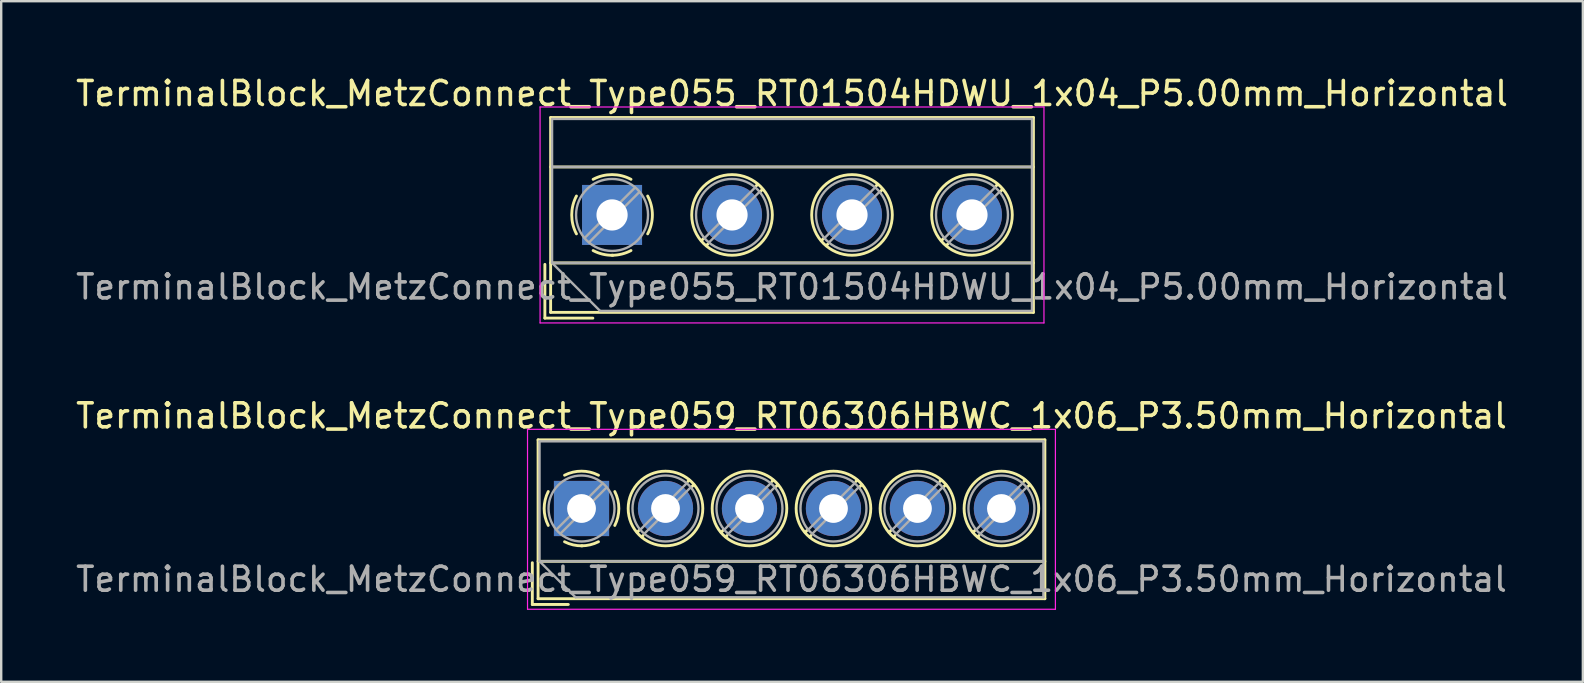
<source format=kicad_pcb>
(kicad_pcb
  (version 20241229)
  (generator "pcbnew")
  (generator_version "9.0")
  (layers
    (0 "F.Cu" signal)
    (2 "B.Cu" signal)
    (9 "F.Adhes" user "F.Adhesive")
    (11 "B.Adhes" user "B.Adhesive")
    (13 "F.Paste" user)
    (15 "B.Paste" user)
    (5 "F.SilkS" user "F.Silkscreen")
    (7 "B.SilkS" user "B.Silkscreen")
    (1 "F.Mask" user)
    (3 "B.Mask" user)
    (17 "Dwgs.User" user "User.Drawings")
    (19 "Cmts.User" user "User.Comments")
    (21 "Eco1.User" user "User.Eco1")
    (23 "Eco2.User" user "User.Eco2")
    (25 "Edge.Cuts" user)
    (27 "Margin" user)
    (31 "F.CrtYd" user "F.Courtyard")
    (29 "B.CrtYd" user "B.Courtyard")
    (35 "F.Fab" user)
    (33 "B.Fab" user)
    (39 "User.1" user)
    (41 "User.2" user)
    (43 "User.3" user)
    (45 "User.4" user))
  (footprint "TerminalBlock_MetzConnect_Type059_RT06306HBWC_1x06_P3.50mm_Horizontal"
    (layer "F.Cu")
    (at 21.185 18.142)
    (property "Reference" "TerminalBlock_MetzConnect_Type059_RT06306HBWC_1x06_P3.50mm_Horizontal" (at 8.75 -3.86 0) (layer "F.SilkS") (effects (font (size 1 1) (thickness 0.15))))
    (attr through_hole)
    (fp_line (start -2.05 2.26) (end -2.05 4) (stroke (width 0.12) (type solid)) (layer "F.SilkS"))
    (fp_line (start -2.05 4) (end -0.55 4) (stroke (width 0.12) (type solid)) (layer "F.SilkS"))
    (fp_line (start -1.81 -2.86) (end -1.81 3.76) (stroke (width 0.12) (type solid)) (layer "F.SilkS"))
    (fp_line (start -1.81 -2.86) (end 19.311 -2.86) (stroke (width 0.12) (type solid)) (layer "F.SilkS"))
    (fp_line (start -1.81 2.2) (end 19.311 2.2) (stroke (width 0.12) (type solid)) (layer "F.SilkS"))
    (fp_line (start -1.81 3.76) (end 19.311 3.76) (stroke (width 0.12) (type solid)) (layer "F.SilkS"))
    (fp_line (start 2.397 0.914) (end 2.321 0.99) (stroke (width 0.12) (type solid)) (layer "F.SilkS"))
    (fp_line (start 2.565 1.125) (end 2.511 1.18) (stroke (width 0.12) (type solid)) (layer "F.SilkS"))
    (fp_line (start 4.49 -1.18) (end 4.436 -1.126) (stroke (width 0.12) (type solid)) (layer "F.SilkS"))
    (fp_line (start 4.68 -0.99) (end 4.604 -0.914) (stroke (width 0.12) (type solid)) (layer "F.SilkS"))
    (fp_line (start 5.897 0.914) (end 5.821 0.99) (stroke (width 0.12) (type solid)) (layer "F.SilkS"))
    (fp_line (start 6.065 1.125) (end 6.011 1.18) (stroke (width 0.12) (type solid)) (layer "F.SilkS"))
    (fp_line (start 7.99 -1.18) (end 7.936 -1.126) (stroke (width 0.12) (type solid)) (layer "F.SilkS"))
    (fp_line (start 8.18 -0.99) (end 8.104 -0.914) (stroke (width 0.12) (type solid)) (layer "F.SilkS"))
    (fp_line (start 9.397 0.914) (end 9.321 0.99) (stroke (width 0.12) (type solid)) (layer "F.SilkS"))
    (fp_line (start 9.565 1.125) (end 9.511 1.18) (stroke (width 0.12) (type solid)) (layer "F.SilkS"))
    (fp_line (start 11.49 -1.18) (end 11.436 -1.126) (stroke (width 0.12) (type solid)) (layer "F.SilkS"))
    (fp_line (start 11.68 -0.99) (end 11.604 -0.914) (stroke (width 0.12) (type solid)) (layer "F.SilkS"))
    (fp_line (start 12.897 0.914) (end 12.821 0.99) (stroke (width 0.12) (type solid)) (layer "F.SilkS"))
    (fp_line (start 13.065 1.125) (end 13.011 1.18) (stroke (width 0.12) (type solid)) (layer "F.SilkS"))
    (fp_line (start 14.99 -1.18) (end 14.936 -1.126) (stroke (width 0.12) (type solid)) (layer "F.SilkS"))
    (fp_line (start 15.18 -0.99) (end 15.104 -0.914) (stroke (width 0.12) (type solid)) (layer "F.SilkS"))
    (fp_line (start 16.397 0.914) (end 16.321 0.99) (stroke (width 0.12) (type solid)) (layer "F.SilkS"))
    (fp_line (start 16.565 1.125) (end 16.511 1.18) (stroke (width 0.12) (type solid)) (layer "F.SilkS"))
    (fp_line (start 18.49 -1.18) (end 18.436 -1.126) (stroke (width 0.12) (type solid)) (layer "F.SilkS"))
    (fp_line (start 18.68 -0.99) (end 18.604 -0.914) (stroke (width 0.12) (type solid)) (layer "F.SilkS"))
    (fp_line (start 19.311 -2.86) (end 19.311 3.76) (stroke (width 0.12) (type solid)) (layer "F.SilkS"))
    (fp_arc (start -1.386645 0.705733) (mid -1.555906 -0.000711) (end -1.386 -0.707) (stroke (width 0.12) (type solid)) (layer "F.SilkS"))
    (fp_arc (start -0.705733 -1.386645) (mid 0.000711 -1.555906) (end 0.707 -1.386) (stroke (width 0.12) (type solid)) (layer "F.SilkS"))
    (fp_arc (start 0.026444 1.555682) (mid -0.350695 1.515869) (end -0.707 1.386) (stroke (width 0.12) (type solid)) (layer "F.SilkS"))
    (fp_arc (start 0.705955 1.385515) (mid 0.363007 1.512035) (end 0 1.555) (stroke (width 0.12) (type solid)) (layer "F.SilkS"))
    (fp_arc (start 1.386645 -0.705733) (mid 1.555906 0.000711) (end 1.386 0.707) (stroke (width 0.12) (type solid)) (layer "F.SilkS"))
    (fp_circle (center 3.5 0) (end 5.055 0) (stroke (width 0.12) (type solid)) (fill no) (layer "F.SilkS"))
    (fp_circle (center 7 0) (end 8.555 0) (stroke (width 0.12) (type solid)) (fill no) (layer "F.SilkS"))
    (fp_circle (center 10.5 0) (end 12.055 0) (stroke (width 0.12) (type solid)) (fill no) (layer "F.SilkS"))
    (fp_circle (center 14 0) (end 15.555 0) (stroke (width 0.12) (type solid)) (fill no) (layer "F.SilkS"))
    (fp_circle (center 17.5 0) (end 19.055 0) (stroke (width 0.12) (type solid)) (fill no) (layer "F.SilkS"))
    (fp_line (start -2.25 -3.3) (end -2.25 4.2) (stroke (width 0.05) (type solid)) (layer "F.CrtYd"))
    (fp_line (start -2.25 4.2) (end 19.75 4.2) (stroke (width 0.05) (type solid)) (layer "F.CrtYd"))
    (fp_line (start 19.75 -3.3) (end -2.25 -3.3) (stroke (width 0.05) (type solid)) (layer "F.CrtYd"))
    (fp_line (start 19.75 4.2) (end 19.75 -3.3) (stroke (width 0.05) (type solid)) (layer "F.CrtYd"))
    (fp_line (start -1.75 -2.8) (end 19.25 -2.8) (stroke (width 0.1) (type solid)) (layer "F.Fab"))
    (fp_line (start -1.75 2.2) (end -1.75 -2.8) (stroke (width 0.1) (type solid)) (layer "F.Fab"))
    (fp_line (start -1.75 2.2) (end 19.25 2.2) (stroke (width 0.1) (type solid)) (layer "F.Fab"))
    (fp_line (start -0.25 3.7) (end -1.75 2.2) (stroke (width 0.1) (type solid)) (layer "F.Fab"))
    (fp_line (start 0.876 -1.043) (end -1.043 0.875) (stroke (width 0.1) (type solid)) (layer "F.Fab"))
    (fp_line (start 1.043 -0.875) (end -0.876 1.043) (stroke (width 0.1) (type solid)) (layer "F.Fab"))
    (fp_line (start 4.376 -1.043) (end 2.458 0.875) (stroke (width 0.1) (type solid)) (layer "F.Fab"))
    (fp_line (start 4.543 -0.875) (end 2.625 1.043) (stroke (width 0.1) (type solid)) (layer "F.Fab"))
    (fp_line (start 7.876 -1.043) (end 5.958 0.875) (stroke (width 0.1) (type solid)) (layer "F.Fab"))
    (fp_line (start 8.043 -0.875) (end 6.125 1.043) (stroke (width 0.1) (type solid)) (layer "F.Fab"))
    (fp_line (start 11.376 -1.043) (end 9.458 0.875) (stroke (width 0.1) (type solid)) (layer "F.Fab"))
    (fp_line (start 11.543 -0.875) (end 9.625 1.043) (stroke (width 0.1) (type solid)) (layer "F.Fab"))
    (fp_line (start 14.876 -1.043) (end 12.958 0.875) (stroke (width 0.1) (type solid)) (layer "F.Fab"))
    (fp_line (start 15.043 -0.875) (end 13.125 1.043) (stroke (width 0.1) (type solid)) (layer "F.Fab"))
    (fp_line (start 18.376 -1.043) (end 16.458 0.875) (stroke (width 0.1) (type solid)) (layer "F.Fab"))
    (fp_line (start 18.543 -0.875) (end 16.625 1.043) (stroke (width 0.1) (type solid)) (layer "F.Fab"))
    (fp_line (start 19.25 -2.8) (end 19.25 3.7) (stroke (width 0.1) (type solid)) (layer "F.Fab"))
    (fp_line (start 19.25 3.7) (end -0.25 3.7) (stroke (width 0.1) (type solid)) (layer "F.Fab"))
    (fp_circle (center 0 0) (end 1.375 0) (stroke (width 0.1) (type solid)) (fill no) (layer "F.Fab"))
    (fp_circle (center 3.5 0) (end 4.875 0) (stroke (width 0.1) (type solid)) (fill no) (layer "F.Fab"))
    (fp_circle (center 7 0) (end 8.375 0) (stroke (width 0.1) (type solid)) (fill no) (layer "F.Fab"))
    (fp_circle (center 10.5 0) (end 11.875 0) (stroke (width 0.1) (type solid)) (fill no) (layer "F.Fab"))
    (fp_circle (center 14 0) (end 15.375 0) (stroke (width 0.1) (type solid)) (fill no) (layer "F.Fab"))
    (fp_circle (center 17.5 0) (end 18.875 0) (stroke (width 0.1) (type solid)) (fill no) (layer "F.Fab"))
    (fp_text user "${REFERENCE}" (at 8.75 2.95 0) (layer "F.Fab") (effects (font (size 1 1) (thickness 0.15))))
    (pad "1" thru_hole rect (at 0 0) (size 2.3 2.3) (drill 1.2) (layers "*.Cu" "*.Mask"))
    (pad "2" thru_hole circle (at 3.5 0) (size 2.3 2.3) (drill 1.2) (layers "*.Cu" "*.Mask"))
    (pad "3" thru_hole circle (at 7 0) (size 2.3 2.3) (drill 1.2) (layers "*.Cu" "*.Mask"))
    (pad "4" thru_hole circle (at 10.5 0) (size 2.3 2.3) (drill 1.2) (layers "*.Cu" "*.Mask"))
    (pad "5" thru_hole circle (at 14 0) (size 2.3 2.3) (drill 1.2) (layers "*.Cu" "*.Mask"))
    (pad "6" thru_hole circle (at 17.5 0) (size 2.3 2.3) (drill 1.2) (layers "*.Cu" "*.Mask")))
  (footprint "TerminalBlock_MetzConnect_Type055_RT01504HDWU_1x04_P5.00mm_Horizontal"
    (layer "F.Cu")
    (at 22.458 5.908)
    (property "Reference" "TerminalBlock_MetzConnect_Type055_RT01504HDWU_1x04_P5.00mm_Horizontal" (at 7.5 -5.06 0) (layer "F.SilkS") (effects (font (size 1 1) (thickness 0.15))))
    (attr through_hole)
    (fp_line (start -2.8 2.06) (end -2.8 4.3) (stroke (width 0.12) (type solid)) (layer "F.SilkS"))
    (fp_line (start -2.8 4.3) (end -0.8 4.3) (stroke (width 0.12) (type solid)) (layer "F.SilkS"))
    (fp_line (start -2.56 -4.06) (end -2.56 4.06) (stroke (width 0.12) (type solid)) (layer "F.SilkS"))
    (fp_line (start -2.56 -4.06) (end 17.561 -4.06) (stroke (width 0.12) (type solid)) (layer "F.SilkS"))
    (fp_line (start -2.56 -2) (end 17.561 -2) (stroke (width 0.12) (type solid)) (layer "F.SilkS"))
    (fp_line (start -2.56 2) (end 17.561 2) (stroke (width 0.12) (type solid)) (layer "F.SilkS"))
    (fp_line (start -2.56 4.06) (end 17.561 4.06) (stroke (width 0.12) (type solid)) (layer "F.SilkS"))
    (fp_line (start 3.82 0.976) (end 3.726 1.069) (stroke (width 0.12) (type solid)) (layer "F.SilkS"))
    (fp_line (start 3.99 1.216) (end 3.931 1.274) (stroke (width 0.12) (type solid)) (layer "F.SilkS"))
    (fp_line (start 6.07 -1.275) (end 6.011 -1.216) (stroke (width 0.12) (type solid)) (layer "F.SilkS"))
    (fp_line (start 6.275 -1.069) (end 6.181 -0.976) (stroke (width 0.12) (type solid)) (layer "F.SilkS"))
    (fp_line (start 8.82 0.976) (end 8.726 1.069) (stroke (width 0.12) (type solid)) (layer "F.SilkS"))
    (fp_line (start 8.99 1.216) (end 8.931 1.274) (stroke (width 0.12) (type solid)) (layer "F.SilkS"))
    (fp_line (start 11.07 -1.275) (end 11.011 -1.216) (stroke (width 0.12) (type solid)) (layer "F.SilkS"))
    (fp_line (start 11.275 -1.069) (end 11.181 -0.976) (stroke (width 0.12) (type solid)) (layer "F.SilkS"))
    (fp_line (start 13.82 0.976) (end 13.726 1.069) (stroke (width 0.12) (type solid)) (layer "F.SilkS"))
    (fp_line (start 13.99 1.216) (end 13.931 1.274) (stroke (width 0.12) (type solid)) (layer "F.SilkS"))
    (fp_line (start 16.07 -1.275) (end 16.011 -1.216) (stroke (width 0.12) (type solid)) (layer "F.SilkS"))
    (fp_line (start 16.275 -1.069) (end 16.181 -0.976) (stroke (width 0.12) (type solid)) (layer "F.SilkS"))
    (fp_line (start 17.561 -4.06) (end 17.561 4.06) (stroke (width 0.12) (type solid)) (layer "F.SilkS"))
    (fp_arc (start -1.483953 0.789089) (mid -1.680708 0.00005) (end -1.484 -0.789) (stroke (width 0.12) (type solid)) (layer "F.SilkS"))
    (fp_arc (start -0.789089 -1.483953) (mid -0.00005 -1.680708) (end 0.789 -1.484) (stroke (width 0.12) (type solid)) (layer "F.SilkS"))
    (fp_arc (start 0.029383 1.68045) (mid -0.392304 1.634281) (end -0.789 1.484) (stroke (width 0.12) (type solid)) (layer "F.SilkS"))
    (fp_arc (start 0.788712 1.483352) (mid 0.406429 1.630097) (end 0 1.68) (stroke (width 0.12) (type solid)) (layer "F.SilkS"))
    (fp_arc (start 1.483953 -0.789089) (mid 1.680708 -0.00005) (end 1.484 0.789) (stroke (width 0.12) (type solid)) (layer "F.SilkS"))
    (fp_circle (center 5 0) (end 6.68 0) (stroke (width 0.12) (type solid)) (fill no) (layer "F.SilkS"))
    (fp_circle (center 10 0) (end 11.68 0) (stroke (width 0.12) (type solid)) (fill no) (layer "F.SilkS"))
    (fp_circle (center 15 0) (end 16.68 0) (stroke (width 0.12) (type solid)) (fill no) (layer "F.SilkS"))
    (fp_line (start -3 -4.5) (end -3 4.5) (stroke (width 0.05) (type solid)) (layer "F.CrtYd"))
    (fp_line (start -3 4.5) (end 18 4.5) (stroke (width 0.05) (type solid)) (layer "F.CrtYd"))
    (fp_line (start 18 -4.5) (end -3 -4.5) (stroke (width 0.05) (type solid)) (layer "F.CrtYd"))
    (fp_line (start 18 4.5) (end 18 -4.5) (stroke (width 0.05) (type solid)) (layer "F.CrtYd"))
    (fp_line (start -2.5 -4) (end 17.5 -4) (stroke (width 0.1) (type solid)) (layer "F.Fab"))
    (fp_line (start -2.5 -2) (end 17.5 -2) (stroke (width 0.1) (type solid)) (layer "F.Fab"))
    (fp_line (start -2.5 2) (end -2.5 -4) (stroke (width 0.1) (type solid)) (layer "F.Fab"))
    (fp_line (start -2.5 2) (end 17.5 2) (stroke (width 0.1) (type solid)) (layer "F.Fab"))
    (fp_line (start -0.5 4) (end -2.5 2) (stroke (width 0.1) (type solid)) (layer "F.Fab"))
    (fp_line (start 0.955 -1.138) (end -1.138 0.955) (stroke (width 0.1) (type solid)) (layer "F.Fab"))
    (fp_line (start 1.138 -0.955) (end -0.955 1.138) (stroke (width 0.1) (type solid)) (layer "F.Fab"))
    (fp_line (start 5.955 -1.138) (end 3.863 0.955) (stroke (width 0.1) (type solid)) (layer "F.Fab"))
    (fp_line (start 6.138 -0.955) (end 4.046 1.138) (stroke (width 0.1) (type solid)) (layer "F.Fab"))
    (fp_line (start 10.955 -1.138) (end 8.863 0.955) (stroke (width 0.1) (type solid)) (layer "F.Fab"))
    (fp_line (start 11.138 -0.955) (end 9.046 1.138) (stroke (width 0.1) (type solid)) (layer "F.Fab"))
    (fp_line (start 15.955 -1.138) (end 13.863 0.955) (stroke (width 0.1) (type solid)) (layer "F.Fab"))
    (fp_line (start 16.138 -0.955) (end 14.046 1.138) (stroke (width 0.1) (type solid)) (layer "F.Fab"))
    (fp_line (start 17.5 -4) (end 17.5 4) (stroke (width 0.1) (type solid)) (layer "F.Fab"))
    (fp_line (start 17.5 4) (end -0.5 4) (stroke (width 0.1) (type solid)) (layer "F.Fab"))
    (fp_circle (center 0 0) (end 1.5 0) (stroke (width 0.1) (type solid)) (fill no) (layer "F.Fab"))
    (fp_circle (center 5 0) (end 6.5 0) (stroke (width 0.1) (type solid)) (fill no) (layer "F.Fab"))
    (fp_circle (center 10 0) (end 11.5 0) (stroke (width 0.1) (type solid)) (fill no) (layer "F.Fab"))
    (fp_circle (center 15 0) (end 16.5 0) (stroke (width 0.1) (type solid)) (fill no) (layer "F.Fab"))
    (fp_text user "${REFERENCE}" (at 7.5 3 0) (layer "F.Fab") (effects (font (size 1 1) (thickness 0.15))))
    (pad "1" thru_hole rect (at 0 0) (size 2.5 2.5) (drill 1.3) (layers "*.Cu" "*.Mask"))
    (pad "2" thru_hole circle (at 5 0) (size 2.5 2.5) (drill 1.3) (layers "*.Cu" "*.Mask"))
    (pad "3" thru_hole circle (at 10 0) (size 2.5 2.5) (drill 1.3) (layers "*.Cu" "*.Mask"))
    (pad "4" thru_hole circle (at 15 0) (size 2.5 2.5) (drill 1.3) (layers "*.Cu" "*.Mask")))
  (gr_rect
    (start -3 -3)
    (end 62.917 25.366)
    (stroke (width 0.1) (type default))
    (fill no)
    (layer "Edge.Cuts")))
</source>
